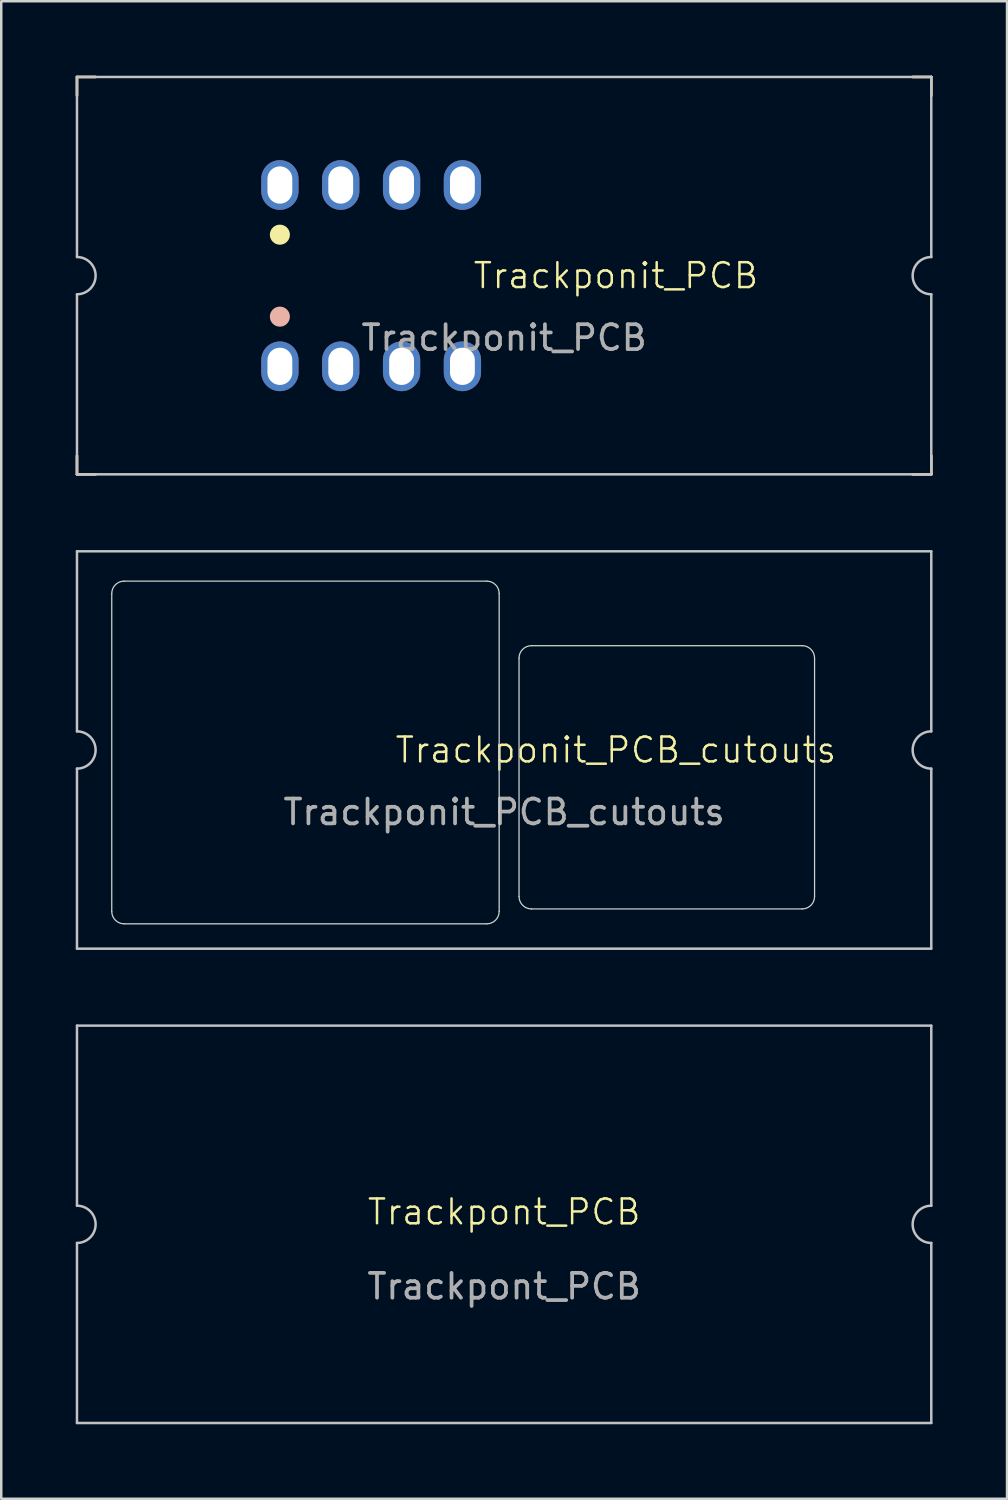
<source format=kicad_pcb>
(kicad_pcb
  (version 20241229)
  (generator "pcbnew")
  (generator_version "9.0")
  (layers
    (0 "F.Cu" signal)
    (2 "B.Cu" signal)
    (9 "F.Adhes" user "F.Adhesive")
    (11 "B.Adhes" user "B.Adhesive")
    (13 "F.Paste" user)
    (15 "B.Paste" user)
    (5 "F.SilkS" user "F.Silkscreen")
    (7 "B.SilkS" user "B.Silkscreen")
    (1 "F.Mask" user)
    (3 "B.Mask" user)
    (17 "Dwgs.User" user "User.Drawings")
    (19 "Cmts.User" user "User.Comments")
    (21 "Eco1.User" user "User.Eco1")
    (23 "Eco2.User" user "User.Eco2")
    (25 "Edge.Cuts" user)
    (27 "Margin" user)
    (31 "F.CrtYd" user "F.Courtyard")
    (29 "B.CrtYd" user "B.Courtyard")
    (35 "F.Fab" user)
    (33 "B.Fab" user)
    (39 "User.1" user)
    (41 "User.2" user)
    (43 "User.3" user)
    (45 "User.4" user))
  (footprint "Trackponit_PCB"
    (layer "F.Cu")
    (at 17.25 8.05)
    (property "Reference" "Trackponit_PCB" (at 4.5 0 0) (unlocked yes) (layer "F.SilkS") (effects (font (size 1 1) (thickness 0.1))))
    (attr smd)
    (fp_line (start -17.2 -8) (end -17.2 -7.25) (stroke (width 0.1) (type default)) (layer "F.SilkS"))
    (fp_line (start -17.2 8) (end -17.2 7.25) (stroke (width 0.1) (type default)) (layer "F.SilkS"))
    (fp_line (start -16.45 -8) (end -17.2 -8) (stroke (width 0.1) (type default)) (layer "F.SilkS"))
    (fp_line (start -16.45 8) (end -17.2 8) (stroke (width 0.1) (type default)) (layer "F.SilkS"))
    (fp_line (start 16.45 -8) (end 17.2 -8) (stroke (width 0.1) (type default)) (layer "F.SilkS"))
    (fp_line (start 16.45 8) (end 17.2 8) (stroke (width 0.1) (type default)) (layer "F.SilkS"))
    (fp_line (start 17.2 -8) (end 17.2 -7.25) (stroke (width 0.1) (type default)) (layer "F.SilkS"))
    (fp_line (start 17.2 8) (end 17.2 7.25) (stroke (width 0.1) (type default)) (layer "F.SilkS"))
    (fp_circle (center -9.03 -1.65) (end -8.676 -1.65) (stroke (width 0.1) (type solid)) (fill yes) (layer "F.SilkS"))
    (fp_line (start -17.2 -8) (end -17.2 -7.25) (stroke (width 0.1) (type default)) (layer "B.SilkS"))
    (fp_line (start -17.2 7.25) (end -17.2 8) (stroke (width 0.1) (type default)) (layer "B.SilkS"))
    (fp_line (start -17.2 8) (end -16.45 8) (stroke (width 0.1) (type default)) (layer "B.SilkS"))
    (fp_line (start -16.45 -8) (end -17.2 -8) (stroke (width 0.1) (type default)) (layer "B.SilkS"))
    (fp_line (start 16.45 -8) (end 17.2 -8) (stroke (width 0.1) (type default)) (layer "B.SilkS"))
    (fp_line (start 17.2 -8) (end 17.2 -7.25) (stroke (width 0.1) (type default)) (layer "B.SilkS"))
    (fp_line (start 17.2 7.25) (end 17.2 8) (stroke (width 0.1) (type default)) (layer "B.SilkS"))
    (fp_line (start 17.2 8) (end 16.45 8) (stroke (width 0.1) (type default)) (layer "B.SilkS"))
    (fp_circle (center -9.03 1.65) (end -9.384 1.65) (stroke (width 0.1) (type solid)) (fill yes) (layer "B.SilkS"))
    (fp_line (start -17.2 -8) (end -17.2 -0.75) (stroke (width 0.1) (type default)) (layer "Dwgs.User"))
    (fp_line (start -17.2 0.75) (end -17.2 8) (stroke (width 0.1) (type default)) (layer "Dwgs.User"))
    (fp_line (start -17.2 8) (end 17.2 8) (stroke (width 0.1) (type default)) (layer "Dwgs.User"))
    (fp_line (start 17.2 -8) (end -17.2 -8) (stroke (width 0.1) (type default)) (layer "Dwgs.User"))
    (fp_line (start 17.2 -0.75) (end 17.2 -8) (stroke (width 0.1) (type default)) (layer "Dwgs.User"))
    (fp_line (start 17.2 8) (end 17.2 0.75) (stroke (width 0.1) (type default)) (layer "Dwgs.User"))
    (fp_arc (start -17.2 -0.75) (mid -16.45 0) (end -17.2 0.75) (stroke (width 0.1) (type default)) (layer "Dwgs.User"))
    (fp_arc (start 17.2 0.75) (mid 16.45 0) (end 17.2 -0.75) (stroke (width 0.1) (type default)) (layer "Dwgs.User"))
    (fp_text user "${REFERENCE}" (at 0 2.5 0) (unlocked yes) (layer "F.Fab") (effects (font (size 1 1) (thickness 0.15))))
    (pad "1" thru_hole oval (at -9.03 -3.65 90) (size 2 1.5) (drill oval 1.5 1) (layers "*.Cu" "*.Mask"))
    (pad "1" thru_hole oval (at -9.03 3.65 90) (size 2 1.5) (drill oval 1.5 1) (layers "*.Cu" "*.Mask"))
    (pad "2" thru_hole oval (at -6.58 -3.65 90) (size 2 1.5) (drill oval 1.5 1) (layers "*.Cu" "*.Mask"))
    (pad "2" thru_hole oval (at -6.58 3.65 90) (size 2 1.5) (drill oval 1.5 1) (layers "*.Cu" "*.Mask"))
    (pad "3" thru_hole oval (at -4.13 -3.65 90) (size 2 1.5) (drill oval 1.5 1) (layers "*.Cu" "*.Mask"))
    (pad "3" thru_hole oval (at -4.13 3.65 90) (size 2 1.5) (drill oval 1.5 1) (layers "*.Cu" "*.Mask"))
    (pad "4" thru_hole oval (at -1.68 -3.65 90) (size 2 1.5) (drill oval 1.5 1) (layers "*.Cu" "*.Mask"))
    (pad "4" thru_hole oval (at -1.68 3.65 90) (size 2 1.5) (drill oval 1.5 1) (layers "*.Cu" "*.Mask")))
  (footprint "Trackpont_PCB"
    (layer "F.Cu")
    (at 17.25 46.25)
    (property "Reference" "Trackpont_PCB" (at 0 -0.5 0) (unlocked yes) (layer "F.SilkS") (effects (font (size 1 1) (thickness 0.1))))
    (attr smd)
    (fp_line (start -17.2 -8) (end -17.2 -0.75) (stroke (width 0.1) (type default)) (layer "Dwgs.User"))
    (fp_line (start -17.2 -8) (end 17.2 -8) (stroke (width 0.1) (type default)) (layer "Dwgs.User"))
    (fp_line (start -17.2 0.75) (end -17.2 8) (stroke (width 0.1) (type default)) (layer "Dwgs.User"))
    (fp_line (start 17.2 -8) (end 17.2 -0.75) (stroke (width 0.1) (type default)) (layer "Dwgs.User"))
    (fp_line (start 17.2 0.75) (end 17.2 8) (stroke (width 0.1) (type default)) (layer "Dwgs.User"))
    (fp_line (start 17.2 8) (end -17.2 8) (stroke (width 0.1) (type default)) (layer "Dwgs.User"))
    (fp_arc (start -17.2 -0.75) (mid -16.45 0) (end -17.2 0.75) (stroke (width 0.1) (type default)) (layer "Dwgs.User"))
    (fp_arc (start 17.2 0.75) (mid 16.45 0) (end 17.2 -0.75) (stroke (width 0.1) (type default)) (layer "Dwgs.User"))
    (fp_rect (start -14.2 -7) (end -12.2 -6.5) (stroke (width 0.1) (type solid)) (fill no) (layer "Eco1.User"))
    (fp_rect (start -14.2 -6) (end -12.2 -5.5) (stroke (width 0.1) (type solid)) (fill no) (layer "Eco1.User"))
    (fp_rect (start -14.2 -5) (end -12.2 -4.5) (stroke (width 0.1) (type solid)) (fill no) (layer "Eco1.User"))
    (fp_rect (start -14.2 -4) (end -12.2 -3.5) (stroke (width 0.1) (type solid)) (fill no) (layer "Eco1.User"))
    (fp_rect (start -14.2 -3) (end -12.2 -2.5) (stroke (width 0.1) (type solid)) (fill no) (layer "Eco1.User"))
    (fp_rect (start -14.2 -2) (end -12.2 -1.5) (stroke (width 0.1) (type solid)) (fill no) (layer "Eco1.User"))
    (fp_rect (start -14.2 -1) (end -12.2 -0.5) (stroke (width 0.1) (type solid)) (fill no) (layer "Eco1.User"))
    (fp_rect (start -14.2 0) (end -12.2 0.5) (stroke (width 0.1) (type solid)) (fill no) (layer "Eco1.User"))
    (fp_rect (start -9.6 -4.7) (end -7.8 -2.6) (stroke (width 0.1) (type solid)) (fill no) (layer "Eco1.User"))
    (fp_rect (start -7.15 -4.7) (end -5.35 -2.6) (stroke (width 0.1) (type solid)) (fill no) (layer "Eco1.User"))
    (fp_rect (start -4.7 -4.7) (end -2.9 -2.6) (stroke (width 0.1) (type solid)) (fill no) (layer "Eco1.User"))
    (fp_rect (start -2.25 -4.7) (end -0.45 -2.6) (stroke (width 0.1) (type solid)) (fill no) (layer "Eco1.User"))
    (fp_rect (start -14.2 -0.5) (end -12.2 0) (stroke (width 0.1) (type solid)) (fill no) (layer "Eco2.User"))
    (fp_rect (start -14.2 0.5) (end -12.2 1) (stroke (width 0.1) (type solid)) (fill no) (layer "Eco2.User"))
    (fp_rect (start -14.2 1.5) (end -12.2 2) (stroke (width 0.1) (type solid)) (fill no) (layer "Eco2.User"))
    (fp_rect (start -14.2 2.5) (end -12.2 3) (stroke (width 0.1) (type solid)) (fill no) (layer "Eco2.User"))
    (fp_rect (start -14.2 3.5) (end -12.2 4) (stroke (width 0.1) (type solid)) (fill no) (layer "Eco2.User"))
    (fp_rect (start -14.2 4.5) (end -12.2 5) (stroke (width 0.1) (type solid)) (fill no) (layer "Eco2.User"))
    (fp_rect (start -14.2 5.5) (end -12.2 6) (stroke (width 0.1) (type solid)) (fill no) (layer "Eco2.User"))
    (fp_rect (start -14.2 6.5) (end -12.2 7) (stroke (width 0.1) (type solid)) (fill no) (layer "Eco2.User"))
    (fp_rect (start -9.6 4.7) (end -7.8 2.6) (stroke (width 0.1) (type solid)) (fill no) (layer "Eco2.User"))
    (fp_rect (start -7.15 4.7) (end -5.35 2.6) (stroke (width 0.1) (type solid)) (fill no) (layer "Eco2.User"))
    (fp_rect (start -4.7 4.7) (end -2.9 2.6) (stroke (width 0.1) (type solid)) (fill no) (layer "Eco2.User"))
    (fp_rect (start -2.25 4.7) (end -0.45 2.6) (stroke (width 0.1) (type solid)) (fill no) (layer "Eco2.User"))
    (fp_text user "${REFERENCE}" (at 0 2.5 0) (unlocked yes) (layer "F.Fab") (effects (font (size 1 1) (thickness 0.15)))))
  (footprint "Trackponit_PCB_cutouts"
    (layer "F.Cu")
    (at 17.25 27.15)
    (property "Reference" "Trackponit_PCB_cutouts" (at 4.5 0 0) (unlocked yes) (layer "F.SilkS") (effects (font (size 1 1) (thickness 0.1))))
    (attr smd)
    (fp_line (start -17.2 -8) (end -17.2 -0.75) (stroke (width 0.1) (type default)) (layer "Dwgs.User"))
    (fp_line (start -17.2 0.75) (end -17.2 8) (stroke (width 0.1) (type default)) (layer "Dwgs.User"))
    (fp_line (start -17.2 8) (end 17.2 8) (stroke (width 0.1) (type default)) (layer "Dwgs.User"))
    (fp_line (start 17.2 -8) (end -17.2 -8) (stroke (width 0.1) (type default)) (layer "Dwgs.User"))
    (fp_line (start 17.2 -0.75) (end 17.2 -8) (stroke (width 0.1) (type default)) (layer "Dwgs.User"))
    (fp_line (start 17.2 8) (end 17.2 0.75) (stroke (width 0.1) (type default)) (layer "Dwgs.User"))
    (fp_arc (start -17.2 -0.75) (mid -16.45 0) (end -17.2 0.75) (stroke (width 0.1) (type default)) (layer "Dwgs.User"))
    (fp_arc (start 17.2 0.75) (mid 16.45 0) (end 17.2 -0.75) (stroke (width 0.1) (type default)) (layer "Dwgs.User"))
    (fp_line (start -15.8 -6.3) (end -15.8 6.5) (stroke (width 0.05) (type default)) (layer "Edge.Cuts"))
    (fp_line (start -0.7 -6.8) (end -15.3 -6.8) (stroke (width 0.05) (type default)) (layer "Edge.Cuts"))
    (fp_line (start -0.7 7) (end -15.3 7) (stroke (width 0.05) (type default)) (layer "Edge.Cuts"))
    (fp_line (start -0.2 -6.3) (end -0.2 6.5) (stroke (width 0.05) (type default)) (layer "Edge.Cuts"))
    (fp_line (start 0.6 5.9) (end 0.6 -3.7) (stroke (width 0.05) (type default)) (layer "Edge.Cuts"))
    (fp_line (start 1.1 -4.2) (end 12 -4.2) (stroke (width 0.05) (type default)) (layer "Edge.Cuts"))
    (fp_line (start 12 6.4) (end 1.1 6.4) (stroke (width 0.05) (type default)) (layer "Edge.Cuts"))
    (fp_line (start 12.5 -3.7) (end 12.5 5.9) (stroke (width 0.05) (type default)) (layer "Edge.Cuts"))
    (fp_arc (start -15.8 -6.3) (mid -15.653553 -6.653553) (end -15.3 -6.8) (stroke (width 0.05) (type default)) (layer "Edge.Cuts"))
    (fp_arc (start -15.3 7) (mid -15.653553 6.853553) (end -15.8 6.5) (stroke (width 0.05) (type default)) (layer "Edge.Cuts"))
    (fp_arc (start -0.7 -6.8) (mid -0.346447 -6.653553) (end -0.2 -6.3) (stroke (width 0.05) (type default)) (layer "Edge.Cuts"))
    (fp_arc (start -0.2 6.5) (mid -0.346447 6.853553) (end -0.7 7) (stroke (width 0.05) (type default)) (layer "Edge.Cuts"))
    (fp_arc (start 0.6 -3.7) (mid 0.746447 -4.053553) (end 1.1 -4.2) (stroke (width 0.05) (type default)) (layer "Edge.Cuts"))
    (fp_arc (start 1.1 6.4) (mid 0.746447 6.253553) (end 0.6 5.9) (stroke (width 0.05) (type default)) (layer "Edge.Cuts"))
    (fp_arc (start 12 -4.2) (mid 12.353553 -4.053553) (end 12.5 -3.7) (stroke (width 0.05) (type default)) (layer "Edge.Cuts"))
    (fp_arc (start 12.5 5.9) (mid 12.353553 6.253553) (end 12 6.4) (stroke (width 0.05) (type default)) (layer "Edge.Cuts"))
    (fp_text user "${REFERENCE}" (at 0 2.5 0) (unlocked yes) (layer "F.Fab") (effects (font (size 1 1) (thickness 0.15)))))
  (gr_rect
    (start -3 -3)
    (end 37.5 57.3)
    (stroke (width 0.1) (type default))
    (fill no)
    (layer "Edge.Cuts")))
</source>
